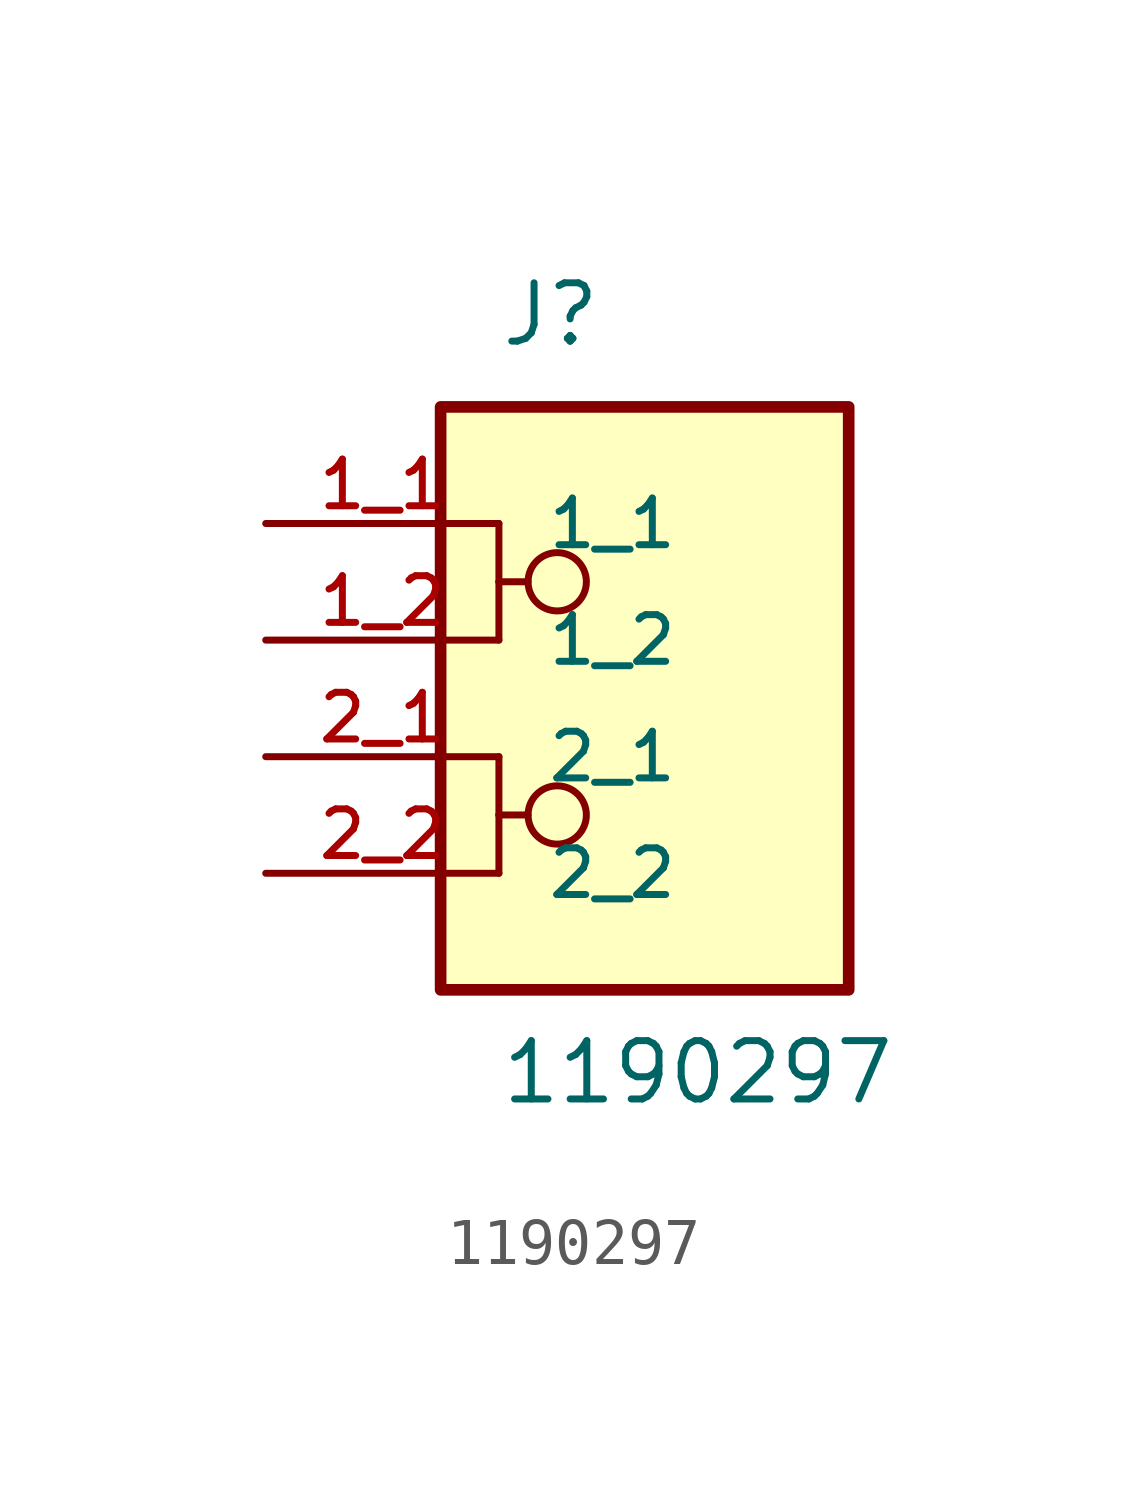
<source format=kicad_sym>
(kicad_symbol_lib
  (version 20211014)
  (generator kicad_symbol_editor)
  (symbol "1190297"
    (pin_names
      (offset 1.016))
    (property "Reference" "J"
      (at -2.54 8.89 0)
      (effects (font (size 1.27 1.27)) (justify bottom left)))
    (property "Value" "1190297"
      (at -2.54 -7.62 0)
      (effects (font (size 1.27 1.27)) (justify bottom left)))
    (symbol "1190297_0_0"
      (polyline (pts (xy -2.54 5.08) (xy -2.54 3.81)) (stroke (width 0.152)))
      (polyline (pts (xy -2.54 3.81) (xy -2.54 2.54)) (stroke (width 0.152)))
      (polyline (pts (xy -2.54 3.81) (xy -1.905 3.81)) (stroke (width 0.152)))
      (circle (center -1.27 3.81) (radius 0.635) (stroke (width 0.152)) (fill (type none)))
      (polyline (pts (xy -2.54 0.0) (xy -2.54 -1.27)) (stroke (width 0.152)))
      (polyline (pts (xy -2.54 -1.27) (xy -2.54 -2.54)) (stroke (width 0.152)))
      (polyline (pts (xy -2.54 -1.27) (xy -1.905 -1.27)) (stroke (width 0.152)))
      (circle (center -1.27 -1.27) (radius 0.635) (stroke (width 0.152)) (fill (type none)))
      (rectangle (start -3.81 -5.08) (end 5.08 7.62) (stroke (width 0.254)) (fill (type background)))
      (pin passive line (at -7.62 5.08 0) (length 5.08) (name "1_1" (effects (font (size 1.016 1.016)))) (number "1_1" (effects (font (size 1.016 1.016)))))
      (pin passive line (at -7.62 2.54 0) (length 5.08) (name "1_2" (effects (font (size 1.016 1.016)))) (number "1_2" (effects (font (size 1.016 1.016)))))
      (pin passive line (at -7.62 0.0 0) (length 5.08) (name "2_1" (effects (font (size 1.016 1.016)))) (number "2_1" (effects (font (size 1.016 1.016)))))
      (pin passive line (at -7.62 -2.54 0) (length 5.08) (name "2_2" (effects (font (size 1.016 1.016)))) (number "2_2" (effects (font (size 1.016 1.016))))))))
</source>
